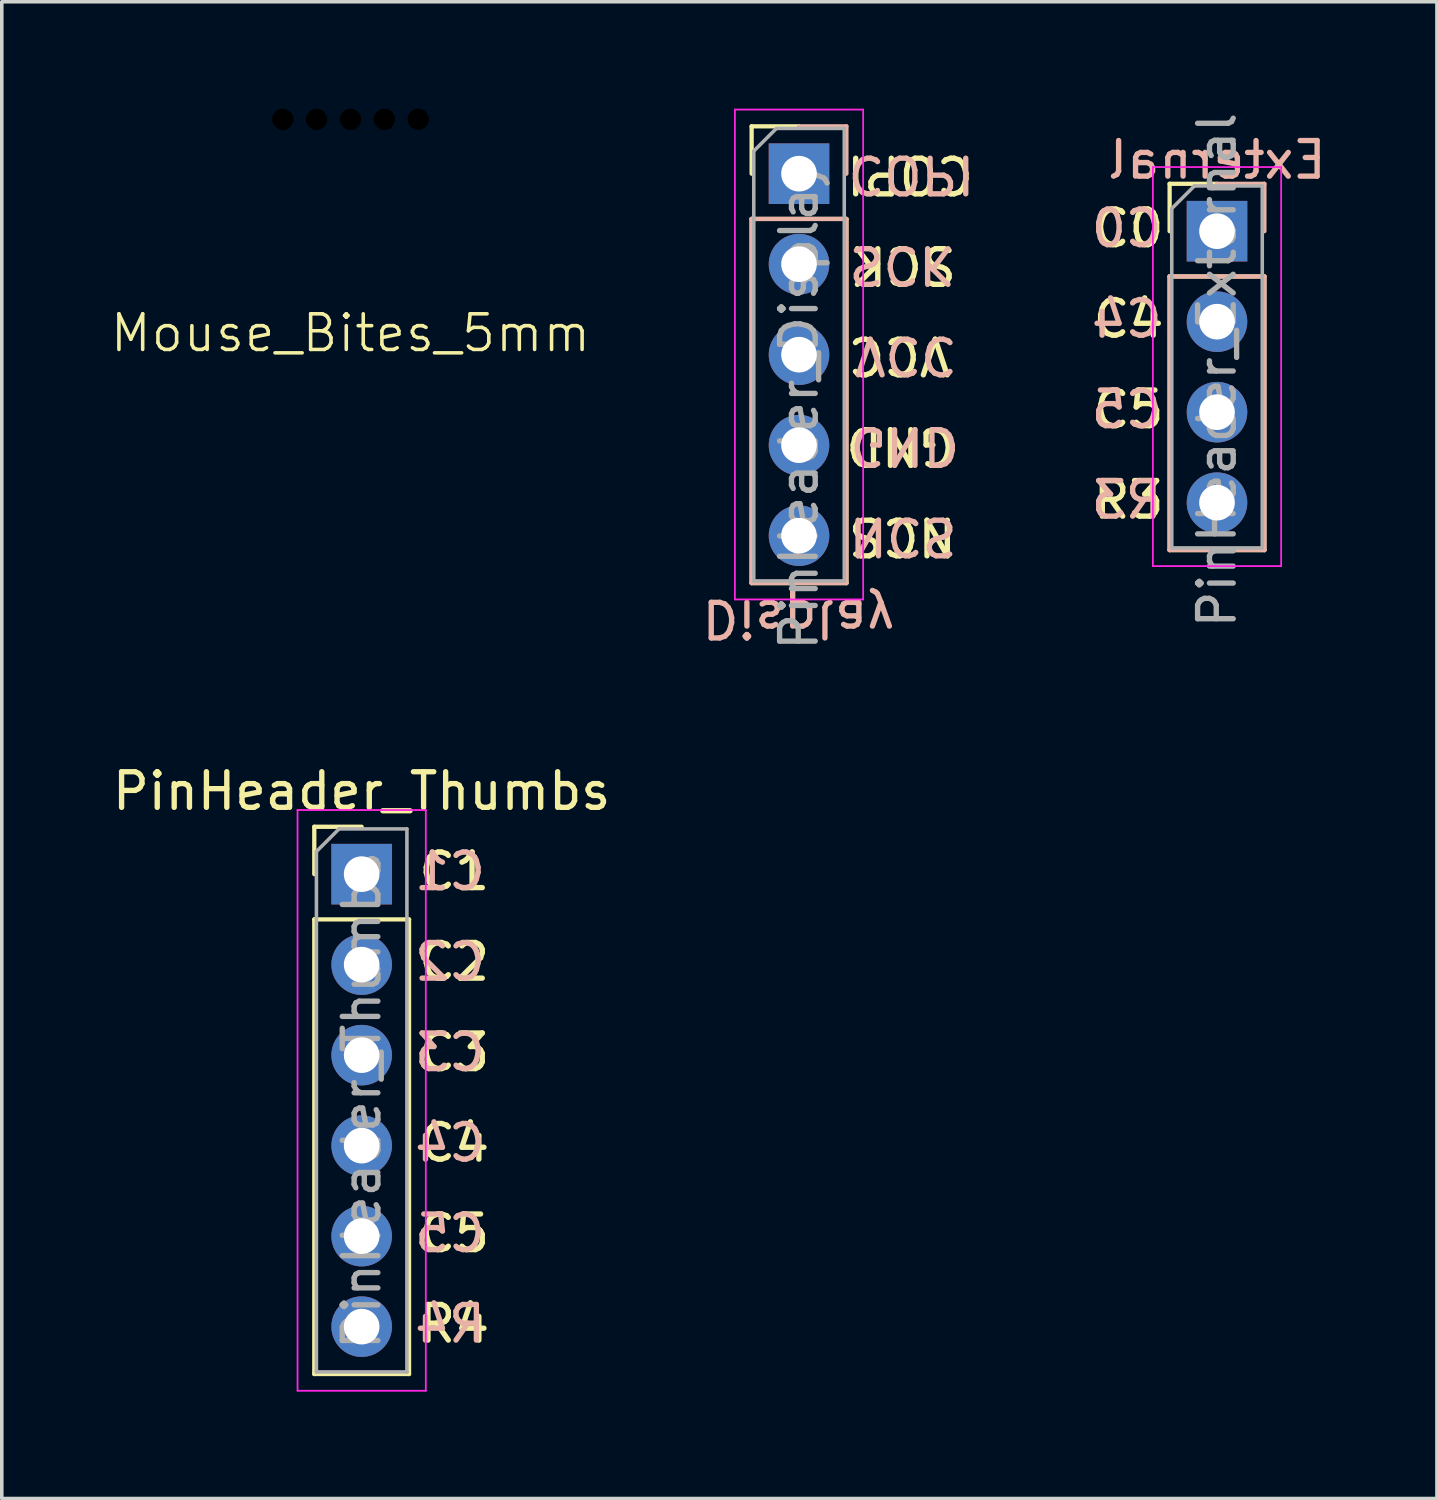
<source format=kicad_pcb>
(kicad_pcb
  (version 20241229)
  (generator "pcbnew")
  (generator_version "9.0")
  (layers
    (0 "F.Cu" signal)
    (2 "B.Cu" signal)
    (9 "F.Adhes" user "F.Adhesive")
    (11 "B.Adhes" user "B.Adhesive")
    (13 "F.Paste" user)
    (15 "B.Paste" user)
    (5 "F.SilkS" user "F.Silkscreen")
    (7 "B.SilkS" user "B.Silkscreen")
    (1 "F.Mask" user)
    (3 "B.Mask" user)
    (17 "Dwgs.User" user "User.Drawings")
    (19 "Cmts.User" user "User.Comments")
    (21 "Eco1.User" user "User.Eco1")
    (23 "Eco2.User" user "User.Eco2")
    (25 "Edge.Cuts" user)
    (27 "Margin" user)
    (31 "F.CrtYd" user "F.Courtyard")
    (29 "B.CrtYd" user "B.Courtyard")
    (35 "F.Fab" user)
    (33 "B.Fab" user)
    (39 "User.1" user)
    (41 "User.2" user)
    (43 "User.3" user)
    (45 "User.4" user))
  (footprint "PinHeader_External"
    (layer "F.Cu")
    (at 31.108 3.439)
    (property "Reference" "PinHeader_External" (at 0 3.9 90) (layer "F.Fab") (effects (font (size 1 1) (thickness 0.15))))
    (attr through_hole exclude_from_pos_files exclude_from_bom)
    (private_layers "User.9")
    (fp_line (start -1.33 -1.33) (end 0 -1.33) (stroke (width 0.12) (type solid)) (layer "F.SilkS"))
    (fp_line (start -1.33 0) (end -1.33 -1.33) (stroke (width 0.12) (type solid)) (layer "F.SilkS"))
    (fp_line (start -1.33 1.27) (end -1.33 8.95) (stroke (width 0.12) (type solid)) (layer "F.SilkS"))
    (fp_line (start -1.33 1.27) (end 1.33 1.27) (stroke (width 0.12) (type solid)) (layer "F.SilkS"))
    (fp_line (start -1.33 8.95) (end 1.33 8.95) (stroke (width 0.12) (type solid)) (layer "F.SilkS"))
    (fp_line (start 1.33 1.27) (end 1.33 8.95) (stroke (width 0.12) (type solid)) (layer "F.SilkS"))
    (fp_line (start -1.33 1.27) (end 1.33 1.27) (stroke (width 0.12) (type solid)) (layer "B.SilkS"))
    (fp_line (start -1.33 8.95) (end -1.33 1.27) (stroke (width 0.12) (type solid)) (layer "B.SilkS"))
    (fp_line (start -1.33 8.95) (end 1.33 8.95) (stroke (width 0.12) (type solid)) (layer "B.SilkS"))
    (fp_line (start 0 -1.33) (end 1.33 -1.33) (stroke (width 0.12) (type solid)) (layer "B.SilkS"))
    (fp_line (start 1.33 -1.33) (end 1.33 0) (stroke (width 0.12) (type solid)) (layer "B.SilkS"))
    (fp_line (start 1.33 8.95) (end 1.33 1.27) (stroke (width 0.12) (type solid)) (layer "B.SilkS"))
    (fp_line (start -1.8 -1.8) (end -1.8 9.4) (stroke (width 0.05) (type solid)) (layer "F.CrtYd"))
    (fp_line (start -1.8 9.4) (end 1.8 9.4) (stroke (width 0.05) (type solid)) (layer "F.CrtYd"))
    (fp_line (start 1.8 -1.8) (end -1.8 -1.8) (stroke (width 0.05) (type solid)) (layer "F.CrtYd"))
    (fp_line (start 1.8 9.4) (end 1.8 -1.8) (stroke (width 0.05) (type solid)) (layer "F.CrtYd"))
    (fp_line (start -1.27 -0.635) (end -0.635 -1.27) (stroke (width 0.1) (type solid)) (layer "F.Fab"))
    (fp_line (start -1.27 8.89) (end -1.27 -0.635) (stroke (width 0.1) (type solid)) (layer "F.Fab"))
    (fp_line (start -0.635 -1.27) (end 1.27 -1.27) (stroke (width 0.1) (type solid)) (layer "F.Fab"))
    (fp_line (start 1.27 -1.27) (end 1.27 8.89) (stroke (width 0.1) (type solid)) (layer "F.Fab"))
    (fp_line (start 1.27 8.89) (end -1.27 8.89) (stroke (width 0.1) (type solid)) (layer "F.Fab"))
    (fp_text user "R3" (at -3.556 8.128 0) (unlocked yes) (layer "F.SilkS") (effects (font (size 1 1) (thickness 0.15)) (justify left bottom)))
    (fp_text user "C5" (at -3.556 5.588 0) (unlocked yes) (layer "F.SilkS") (effects (font (size 1 1) (thickness 0.15)) (justify left bottom)))
    (fp_text user "C0" (at -3.556 0.508 0) (unlocked yes) (layer "F.SilkS") (effects (font (size 1 1) (thickness 0.15)) (justify left bottom)))
    (fp_text user "C4" (at -3.556 3.048 0) (unlocked yes) (layer "F.SilkS") (effects (font (size 1 1) (thickness 0.15)) (justify left bottom)))
    (fp_text user "R3" (at -1.46 8.128 0) (unlocked yes) (layer "B.SilkS") (effects (font (size 1 1) (thickness 0.15)) (justify left bottom mirror)))
    (fp_text user "C4" (at -1.46 3.048 0) (unlocked yes) (layer "B.SilkS") (effects (font (size 1 1) (thickness 0.15)) (justify left bottom mirror)))
    (fp_text user "External" (at 0 -2 180) (layer "B.SilkS") (effects (font (size 1 1) (thickness 0.15)) (justify mirror)))
    (fp_text user "C0" (at -1.46 0.508 0) (unlocked yes) (layer "B.SilkS") (effects (font (size 1 1) (thickness 0.15)) (justify left bottom mirror)))
    (fp_text user "C5" (at -1.46 5.588 0) (unlocked yes) (layer "B.SilkS") (effects (font (size 1 1) (thickness 0.15)) (justify left bottom mirror)))
    (pad "1" thru_hole rect (at 0 0) (size 1.7 1.7) (drill 1) (layers "*.Cu" "*.Mask"))
    (pad "2" thru_hole oval (at 0 2.54) (size 1.7 1.7) (drill 1) (layers "*.Cu" "*.Mask"))
    (pad "3" thru_hole oval (at 0 5.08) (size 1.7 1.7) (drill 1) (layers "*.Cu" "*.Mask"))
    (pad "4" thru_hole oval (at 0 7.62) (size 1.7 1.7) (drill 1) (layers "*.Cu" "*.Mask")))
  (footprint "Mouse_Bites_5mm"
    (layer "F.Cu")
    (at 6.788 0.3)
    (property "Reference" "Mouse_Bites_5mm" (at 0 6 0) (unlocked yes) (layer "F.SilkS") (effects (font (size 1 1) (thickness 0.1))))
    (attr through_hole board_only exclude_from_pos_files exclude_from_bom)
    (pad "" np_thru_hole circle (at -1.9 0) (size 0.6 0.6) (drill 0.6) (layers "*.Mask"))
    (pad "" np_thru_hole circle (at -0.95 0) (size 0.6 0.6) (drill 0.6) (layers "*.Mask"))
    (pad "" np_thru_hole circle (at 0 0) (size 0.6 0.6) (drill 0.6) (layers "*.Mask"))
    (pad "" np_thru_hole circle (at 0.95 0) (size 0.6 0.6) (drill 0.6) (layers "*.Mask"))
    (pad "" np_thru_hole circle (at 1.9 0) (size 0.6 0.6) (drill 0.6) (layers "*.Mask")))
  (footprint "PinHeader_Display"
    (layer "F.Cu")
    (at 19.376 1.825)
    (property "Reference" "PinHeader_Display" (at 0 6.5 270) (layer "F.Fab") (effects (font (size 1 1) (thickness 0.15))))
    (attr through_hole exclude_from_pos_files exclude_from_bom)
    (private_layers "User.9")
    (fp_line (start -1.33 -1.33) (end 0 -1.33) (stroke (width 0.12) (type solid)) (layer "F.SilkS"))
    (fp_line (start -1.33 0) (end -1.33 -1.33) (stroke (width 0.12) (type solid)) (layer "F.SilkS"))
    (fp_line (start -1.33 1.27) (end -1.33 11.49) (stroke (width 0.12) (type solid)) (layer "F.SilkS"))
    (fp_line (start -1.33 1.27) (end 1.33 1.27) (stroke (width 0.12) (type solid)) (layer "F.SilkS"))
    (fp_line (start -1.33 11.49) (end 1.33 11.49) (stroke (width 0.12) (type solid)) (layer "F.SilkS"))
    (fp_line (start 1.33 1.27) (end 1.33 11.49) (stroke (width 0.12) (type solid)) (layer "F.SilkS"))
    (fp_line (start -1.33 1.27) (end 1.33 1.27) (stroke (width 0.12) (type solid)) (layer "B.SilkS"))
    (fp_line (start -1.33 11.49) (end -1.33 1.27) (stroke (width 0.12) (type solid)) (layer "B.SilkS"))
    (fp_line (start -1.33 11.49) (end 1.33 11.49) (stroke (width 0.12) (type solid)) (layer "B.SilkS"))
    (fp_line (start 0 -1.33) (end 1.33 -1.33) (stroke (width 0.12) (type solid)) (layer "B.SilkS"))
    (fp_line (start 1.33 -1.33) (end 1.33 0) (stroke (width 0.12) (type solid)) (layer "B.SilkS"))
    (fp_line (start 1.33 11.49) (end 1.33 1.27) (stroke (width 0.12) (type solid)) (layer "B.SilkS"))
    (fp_line (start -1.8 -1.8) (end -1.8 11.95) (stroke (width 0.05) (type solid)) (layer "F.CrtYd"))
    (fp_line (start -1.8 11.95) (end 1.8 11.95) (stroke (width 0.05) (type solid)) (layer "F.CrtYd"))
    (fp_line (start 1.8 -1.8) (end -1.8 -1.8) (stroke (width 0.05) (type solid)) (layer "F.CrtYd"))
    (fp_line (start 1.8 11.95) (end 1.8 -1.8) (stroke (width 0.05) (type solid)) (layer "F.CrtYd"))
    (fp_line (start -1.27 -0.635) (end -0.635 -1.27) (stroke (width 0.1) (type solid)) (layer "F.Fab"))
    (fp_line (start -1.27 11.43) (end -1.27 -0.635) (stroke (width 0.1) (type solid)) (layer "F.Fab"))
    (fp_line (start -0.635 -1.27) (end 1.27 -1.27) (stroke (width 0.1) (type solid)) (layer "F.Fab"))
    (fp_line (start 1.27 -1.27) (end 1.27 11.43) (stroke (width 0.1) (type solid)) (layer "F.Fab"))
    (fp_line (start 1.27 11.43) (end -1.27 11.43) (stroke (width 0.1) (type solid)) (layer "F.Fab"))
    (fp_text user "COPI" (at 4.975 -0.565 180) (unlocked yes) (layer "F.SilkS") (effects (font (size 1 1) (thickness 0.15)) (justify left bottom)))
    (fp_text user "SCK" (at 4.5 1.975 180) (unlocked yes) (layer "F.SilkS") (effects (font (size 1 1) (thickness 0.15)) (justify left bottom)))
    (fp_text user "VCC" (at 4.35 4.515 180) (unlocked yes) (layer "F.SilkS") (effects (font (size 1 1) (thickness 0.15)) (justify left bottom)))
    (fp_text user "GND" (at 4.475 7.055 180) (unlocked yes) (layer "F.SilkS") (effects (font (size 1 1) (thickness 0.15)) (justify left bottom)))
    (fp_text user "NCS" (at 4.5 9.595 180) (unlocked yes) (layer "F.SilkS") (effects (font (size 1 1) (thickness 0.15)) (justify left bottom)))
    (fp_text user "GND" (at 1.346 7.055 180) (unlocked yes) (layer "B.SilkS") (effects (font (size 1 1) (thickness 0.15)) (justify left bottom mirror)))
    (fp_text user "SCK" (at 1.321 1.975 180) (unlocked yes) (layer "B.SilkS") (effects (font (size 1 1) (thickness 0.15)) (justify left bottom mirror)))
    (fp_text user "VCC" (at 1.471 4.515 180) (unlocked yes) (layer "B.SilkS") (effects (font (size 1 1) (thickness 0.15)) (justify left bottom mirror)))
    (fp_text user "NCS" (at 1.321 9.595 180) (unlocked yes) (layer "B.SilkS") (effects (font (size 1 1) (thickness 0.15)) (justify left bottom mirror)))
    (fp_text user "Display" (at -2.8 11.9 180) (unlocked yes) (layer "B.SilkS") (effects (font (size 1 1) (thickness 0.15)) (justify left bottom mirror)))
    (fp_text user "COPI" (at 1.295 -0.565 180) (unlocked yes) (layer "B.SilkS") (effects (font (size 1 1) (thickness 0.15)) (justify left bottom mirror)))
    (pad "1" thru_hole rect (at 0 0) (size 1.7 1.7) (drill 1) (layers "*.Cu" "*.Mask"))
    (pad "2" thru_hole oval (at 0 2.54) (size 1.7 1.7) (drill 1) (layers "*.Cu" "*.Mask"))
    (pad "3" thru_hole oval (at 0 5.08) (size 1.7 1.7) (drill 1) (layers "*.Cu" "*.Mask"))
    (pad "4" thru_hole oval (at 0 7.62) (size 1.7 1.7) (drill 1) (layers "*.Cu" "*.Mask"))
    (pad "5" thru_hole oval (at 0 10.16) (size 1.7 1.7) (drill 1) (layers "*.Cu" "*.Mask")))
  (footprint "PinHeader_Thumbs"
    (layer "F.Cu")
    (at 7.101 21.485)
    (property "Reference" "PinHeader_Thumbs" (at 0 -2.33 0) (layer "F.SilkS") (effects (font (size 1 1) (thickness 0.15))))
    (attr through_hole)
    (fp_line (start -1.33 -1.33) (end 0 -1.33) (stroke (width 0.12) (type solid)) (layer "F.SilkS"))
    (fp_line (start -1.33 0) (end -1.33 -1.33) (stroke (width 0.12) (type solid)) (layer "F.SilkS"))
    (fp_line (start -1.33 1.27) (end -1.33 14.03) (stroke (width 0.12) (type solid)) (layer "F.SilkS"))
    (fp_line (start -1.33 1.27) (end 1.33 1.27) (stroke (width 0.12) (type solid)) (layer "F.SilkS"))
    (fp_line (start -1.33 14.03) (end 1.33 14.03) (stroke (width 0.12) (type solid)) (layer "F.SilkS"))
    (fp_line (start 1.33 1.27) (end 1.33 14.03) (stroke (width 0.12) (type solid)) (layer "F.SilkS"))
    (fp_line (start -1.8 -1.8) (end -1.8 14.5) (stroke (width 0.05) (type solid)) (layer "F.CrtYd"))
    (fp_line (start -1.8 14.5) (end 1.8 14.5) (stroke (width 0.05) (type solid)) (layer "F.CrtYd"))
    (fp_line (start 1.8 -1.8) (end -1.8 -1.8) (stroke (width 0.05) (type solid)) (layer "F.CrtYd"))
    (fp_line (start 1.8 14.5) (end 1.8 -1.8) (stroke (width 0.05) (type solid)) (layer "F.CrtYd"))
    (fp_line (start -1.27 -0.635) (end -0.635 -1.27) (stroke (width 0.1) (type solid)) (layer "F.Fab"))
    (fp_line (start -1.27 13.97) (end -1.27 -0.635) (stroke (width 0.1) (type solid)) (layer "F.Fab"))
    (fp_line (start -0.635 -1.27) (end 1.27 -1.27) (stroke (width 0.1) (type solid)) (layer "F.Fab"))
    (fp_line (start 1.27 -1.27) (end 1.27 13.97) (stroke (width 0.1) (type solid)) (layer "F.Fab"))
    (fp_line (start 1.27 13.97) (end -1.27 13.97) (stroke (width 0.1) (type solid)) (layer "F.Fab"))
    (fp_text user "R4" (at 1.524 13.208 0) (unlocked yes) (layer "F.SilkS") (effects (font (size 1 1) (thickness 0.15)) (justify left bottom)))
    (fp_text user "C1" (at 1.524 0.508 0) (unlocked yes) (layer "F.SilkS") (effects (font (size 1 1) (thickness 0.15)) (justify left bottom)))
    (fp_text user "C4" (at 1.524 8.128 0) (unlocked yes) (layer "F.SilkS") (effects (font (size 1 1) (thickness 0.15)) (justify left bottom)))
    (fp_text user "C3" (at 1.524 5.588 0) (unlocked yes) (layer "F.SilkS") (effects (font (size 1 1) (thickness 0.15)) (justify left bottom)))
    (fp_text user "C5" (at 1.524 10.668 0) (unlocked yes) (layer "F.SilkS") (effects (font (size 1 1) (thickness 0.15)) (justify left bottom)))
    (fp_text user "C2" (at 1.524 3.048 0) (unlocked yes) (layer "F.SilkS") (effects (font (size 1 1) (thickness 0.15)) (justify left bottom)))
    (fp_text user "R4" (at 3.556 13.208 0) (unlocked yes) (layer "B.SilkS") (effects (font (size 1 1) (thickness 0.15)) (justify left bottom mirror)))
    (fp_text user "C2" (at 3.556 3.048 0) (unlocked yes) (layer "B.SilkS") (effects (font (size 1 1) (thickness 0.15)) (justify left bottom mirror)))
    (fp_text user "C4" (at 3.556 8.128 0) (unlocked yes) (layer "B.SilkS") (effects (font (size 1 1) (thickness 0.15)) (justify left bottom mirror)))
    (fp_text user "C5" (at 3.556 10.668 0) (unlocked yes) (layer "B.SilkS") (effects (font (size 1 1) (thickness 0.15)) (justify left bottom mirror)))
    (fp_text user "C1" (at 3.556 0.508 0) (unlocked yes) (layer "B.SilkS") (effects (font (size 1 1) (thickness 0.15)) (justify left bottom mirror)))
    (fp_text user "C3" (at 3.556 5.588 0) (unlocked yes) (layer "B.SilkS") (effects (font (size 1 1) (thickness 0.15)) (justify left bottom mirror)))
    (fp_text user "${REFERENCE}" (at 0 6.35 90) (layer "F.Fab") (effects (font (size 1 1) (thickness 0.15))))
    (pad "1" thru_hole rect (at 0 0) (size 1.7 1.7) (drill 1) (layers "*.Cu" "*.Mask"))
    (pad "2" thru_hole oval (at 0 2.54) (size 1.7 1.7) (drill 1) (layers "*.Cu" "*.Mask"))
    (pad "3" thru_hole oval (at 0 5.08) (size 1.7 1.7) (drill 1) (layers "*.Cu" "*.Mask"))
    (pad "4" thru_hole oval (at 0 7.62) (size 1.7 1.7) (drill 1) (layers "*.Cu" "*.Mask"))
    (pad "5" thru_hole oval (at 0 10.16) (size 1.7 1.7) (drill 1) (layers "*.Cu" "*.Mask"))
    (pad "6" thru_hole oval (at 0 12.7) (size 1.7 1.7) (drill 1) (layers "*.Cu" "*.Mask")))
  (gr_rect
    (start -3 -3)
    (end 37.281 39.01)
    (stroke (width 0.1) (type default))
    (fill no)
    (layer "Edge.Cuts")))
</source>
